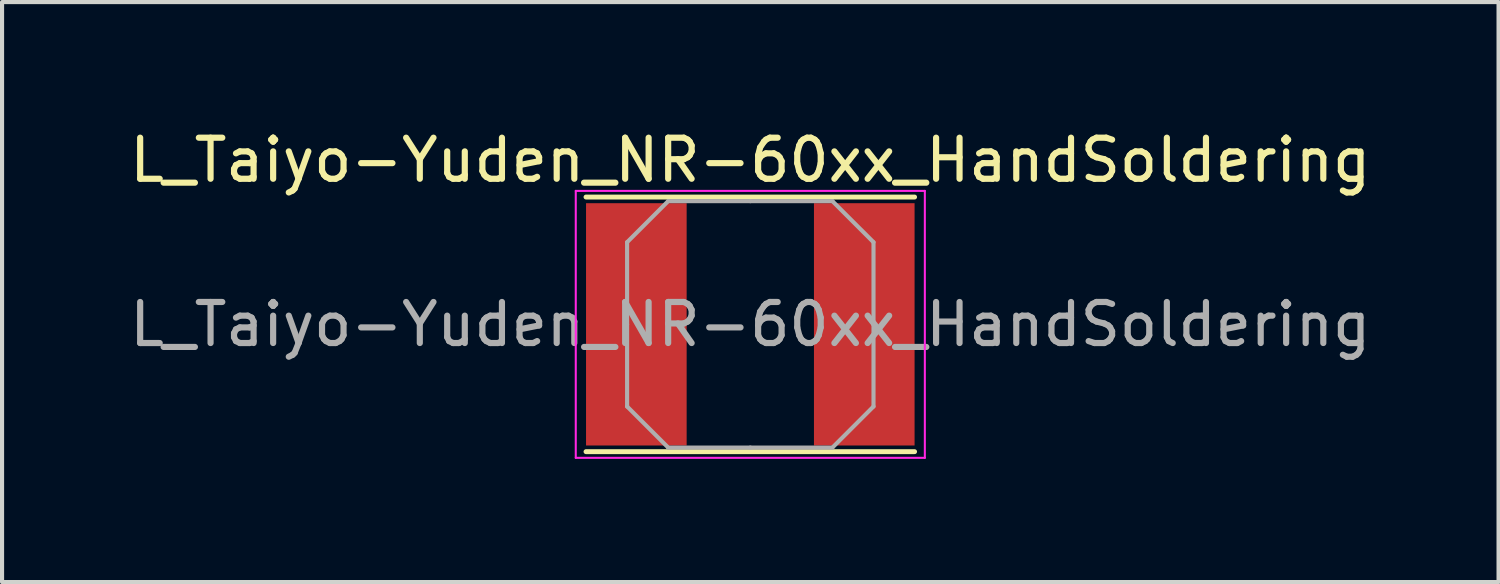
<source format=kicad_pcb>
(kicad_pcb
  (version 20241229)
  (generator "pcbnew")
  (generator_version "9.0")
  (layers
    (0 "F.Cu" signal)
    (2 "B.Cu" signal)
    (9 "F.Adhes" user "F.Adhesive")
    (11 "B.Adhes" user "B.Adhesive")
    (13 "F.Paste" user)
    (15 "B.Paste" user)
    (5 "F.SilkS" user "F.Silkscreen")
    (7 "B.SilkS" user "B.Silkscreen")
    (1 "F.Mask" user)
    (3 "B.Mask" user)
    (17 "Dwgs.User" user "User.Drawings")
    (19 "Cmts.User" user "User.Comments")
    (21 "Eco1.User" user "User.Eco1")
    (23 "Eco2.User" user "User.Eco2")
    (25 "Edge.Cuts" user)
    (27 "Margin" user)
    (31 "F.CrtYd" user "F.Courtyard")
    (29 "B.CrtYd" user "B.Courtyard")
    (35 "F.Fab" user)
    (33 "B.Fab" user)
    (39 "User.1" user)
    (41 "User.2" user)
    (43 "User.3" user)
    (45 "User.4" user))
  (footprint "L_Taiyo-Yuden_NR-60xx_HandSoldering"
    (layer "F.Cu")
    (at 15.22 4.848)
    (property "Reference" "L_Taiyo-Yuden_NR-60xx_HandSoldering" (at 0 -4 0) (layer "F.SilkS") (effects (font (size 1 1) (thickness 0.15))))
    (attr smd)
    (fp_line (start -4 -3.1) (end 4 -3.1) (stroke (width 0.12) (type solid)) (layer "F.SilkS"))
    (fp_line (start -4 3.1) (end 4 3.1) (stroke (width 0.12) (type solid)) (layer "F.SilkS"))
    (fp_line (start -4.25 -3.25) (end -4.25 3.25) (stroke (width 0.05) (type solid)) (layer "F.CrtYd"))
    (fp_line (start -4.25 3.25) (end 4.25 3.25) (stroke (width 0.05) (type solid)) (layer "F.CrtYd"))
    (fp_line (start 4.25 -3.25) (end -4.25 -3.25) (stroke (width 0.05) (type solid)) (layer "F.CrtYd"))
    (fp_line (start 4.25 3.25) (end 4.25 -3.25) (stroke (width 0.05) (type solid)) (layer "F.CrtYd"))
    (fp_line (start -3 -2) (end -2 -3) (stroke (width 0.1) (type solid)) (layer "F.Fab"))
    (fp_line (start -3 0) (end -3 -2) (stroke (width 0.1) (type solid)) (layer "F.Fab"))
    (fp_line (start -3 0) (end -3 2) (stroke (width 0.1) (type solid)) (layer "F.Fab"))
    (fp_line (start -3 2) (end -2 3) (stroke (width 0.1) (type solid)) (layer "F.Fab"))
    (fp_line (start -2 -3) (end 0 -3) (stroke (width 0.1) (type solid)) (layer "F.Fab"))
    (fp_line (start -2 3) (end 0 3) (stroke (width 0.1) (type solid)) (layer "F.Fab"))
    (fp_line (start 2 -3) (end 0 -3) (stroke (width 0.1) (type solid)) (layer "F.Fab"))
    (fp_line (start 2 3) (end 0 3) (stroke (width 0.1) (type solid)) (layer "F.Fab"))
    (fp_line (start 3 -2) (end 2 -3) (stroke (width 0.1) (type solid)) (layer "F.Fab"))
    (fp_line (start 3 0) (end 3 -2) (stroke (width 0.1) (type solid)) (layer "F.Fab"))
    (fp_line (start 3 0) (end 3 2) (stroke (width 0.1) (type solid)) (layer "F.Fab"))
    (fp_line (start 3 2) (end 2 3) (stroke (width 0.1) (type solid)) (layer "F.Fab"))
    (fp_text user "${REFERENCE}" (at 0 0 0) (layer "F.Fab") (effects (font (size 1 1) (thickness 0.15))))
    (pad "1" smd rect (at -2.775 0) (size 2.45 5.9) (layers "F.Cu" "F.Mask" "F.Paste"))
    (pad "2" smd rect (at 2.775 0) (size 2.45 5.9) (layers "F.Cu" "F.Mask" "F.Paste")))
  (gr_rect
    (start -3 -3)
    (end 33.44 11.123)
    (stroke (width 0.1) (type default))
    (fill no)
    (layer "Edge.Cuts")))
</source>
